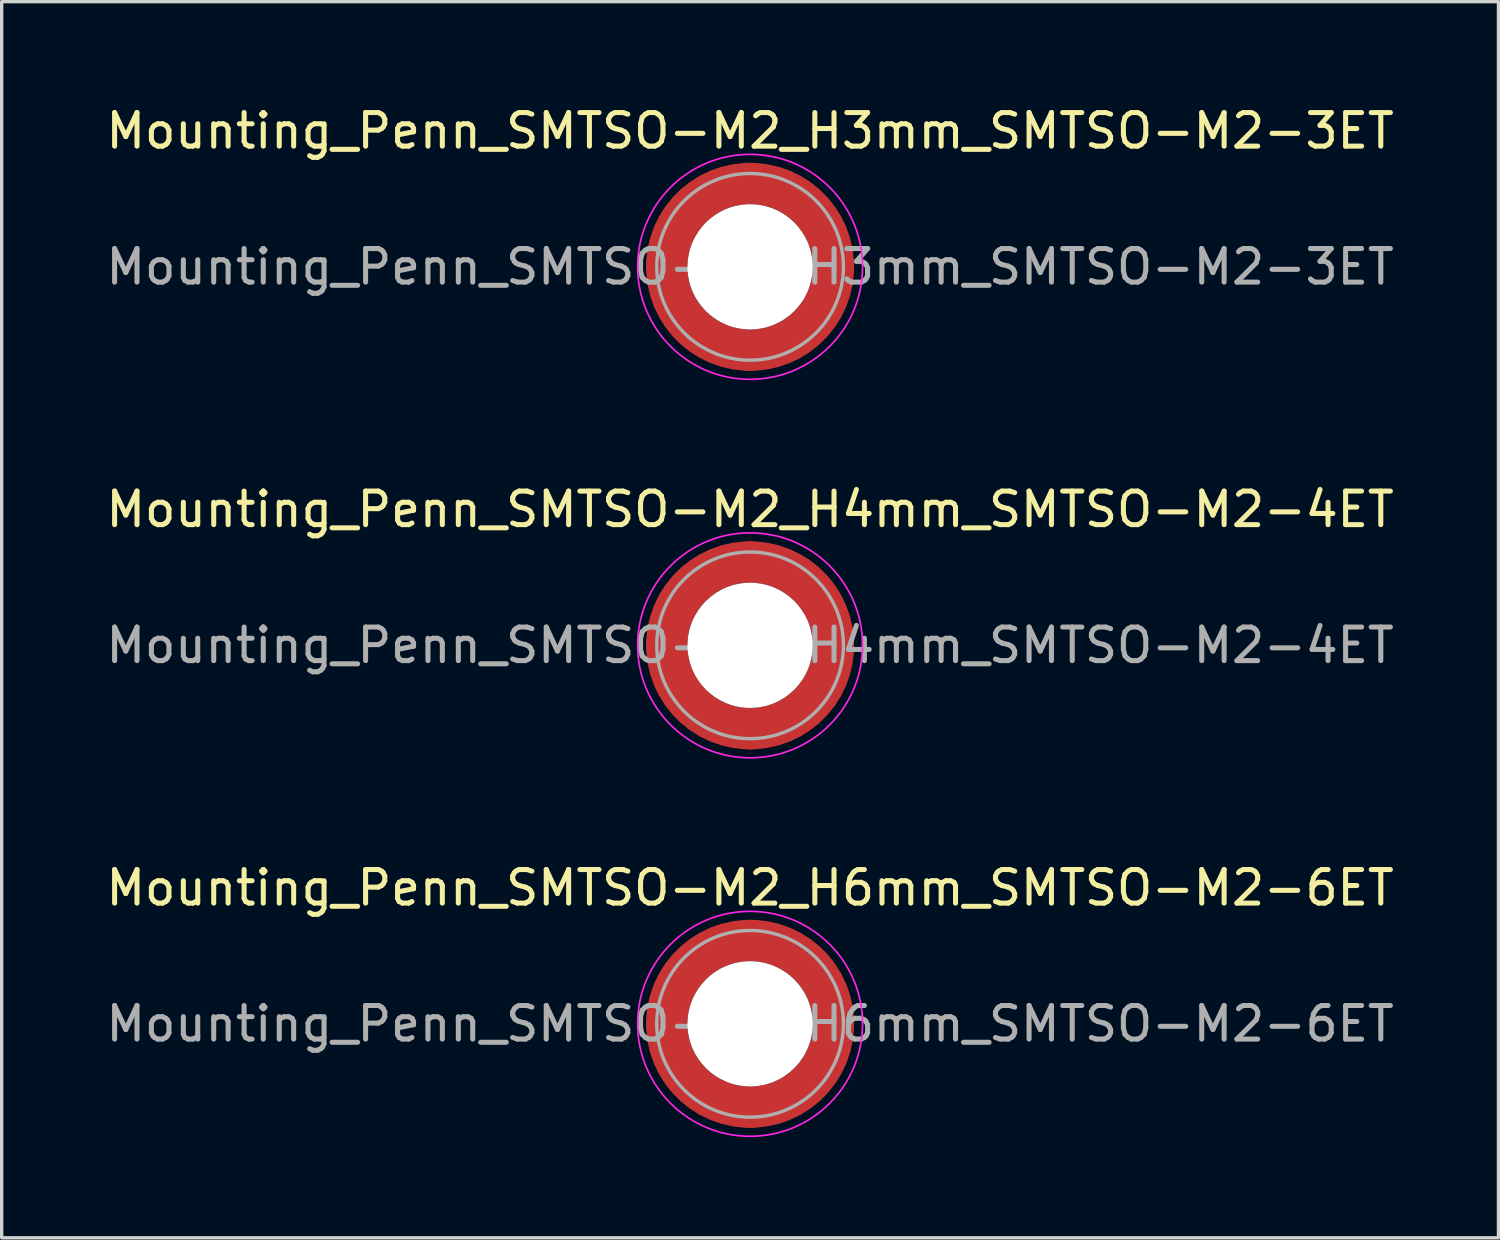
<source format=kicad_pcb>
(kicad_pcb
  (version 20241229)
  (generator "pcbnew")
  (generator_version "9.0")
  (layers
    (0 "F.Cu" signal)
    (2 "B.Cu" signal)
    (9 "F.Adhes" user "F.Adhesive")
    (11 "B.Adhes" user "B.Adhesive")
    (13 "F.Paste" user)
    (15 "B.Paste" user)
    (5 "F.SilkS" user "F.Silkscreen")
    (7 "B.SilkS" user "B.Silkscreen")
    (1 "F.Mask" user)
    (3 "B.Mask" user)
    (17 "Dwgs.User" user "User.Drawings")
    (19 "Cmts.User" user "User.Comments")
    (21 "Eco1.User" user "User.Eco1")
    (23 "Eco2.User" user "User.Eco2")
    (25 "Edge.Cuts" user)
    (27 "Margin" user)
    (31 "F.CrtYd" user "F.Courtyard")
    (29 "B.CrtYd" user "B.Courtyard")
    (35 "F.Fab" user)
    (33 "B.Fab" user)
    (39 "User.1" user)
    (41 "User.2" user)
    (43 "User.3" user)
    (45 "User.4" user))
  (footprint "Mounting_Penn_SMTSO-M2_H4mm_SMTSO-M2-4ET"
    (layer "F.Cu")
    (at 19.292 16.172)
    (property "Reference" "Mounting_Penn_SMTSO-M2_H4mm_SMTSO-M2-4ET" (at 0 -4.05 0) (layer "F.SilkS") (effects (font (size 1 1) (thickness 0.15))))
    (attr smd)
    (fp_circle (center 0 0) (end 3.35 0) (stroke (width 0.05) (type solid)) (fill no) (layer "F.CrtYd"))
    (fp_circle (center 0 0) (end 2.78 0) (stroke (width 0.1) (type solid)) (fill no) (layer "F.Fab"))
    (fp_text user "${REFERENCE}" (at 0 0 0) (layer "F.Fab") (effects (font (size 1 1) (thickness 0.15))))
    (pad "" smd custom (at -1.755 -1.755) (size 0.517 0.517) (layers "F.Paste") (options (anchor circle)) (primitives (gr_arc (start -0.287699 1.455393) (mid 0.295218 0.295218) (end 1.455393 -0.287699) (width 0.2)) (gr_arc (start -0.381429 1.455393) (mid 0.229613 0.229613) (end 1.455393 -0.381429) (width 0.2)) (gr_arc (start -0.475078 1.455393) (mid 0.16401 0.16401) (end 1.455393 -0.475078) (width 0.2)) (gr_arc (start -0.568658 1.455393) (mid 0.098406 0.098406) (end 1.455393 -0.568658) (width 0.2)) (gr_arc (start -0.662176 1.455393) (mid 0.032802 0.032802) (end 1.455393 -0.662176) (width 0.2)) (gr_arc (start -0.755639 1.455393) (mid -0.032802 -0.032802) (end 1.455393 -0.755639) (width 0.2)) (gr_arc (start -0.849053 1.455393) (mid -0.098406 -0.098406) (end 1.455393 -0.849053) (width 0.2)) (gr_arc (start -0.942423 1.455393) (mid -0.164009 -0.164009) (end 1.455393 -0.942423) (width 0.2)) (gr_arc (start -1.035754 1.455393) (mid -0.229613 -0.229613) (end 1.455393 -1.035754) (width 0.2)) (gr_arc (start -1.129048 1.455393) (mid -0.295217 -0.295217) (end 1.455393 -1.129048) (width 0.2)) (gr_arc (start -1.129048 1.455393) (mid -0.295217 -0.295217) (end 1.455393 -1.129048) (width 0.2)) (gr_line (start 1.455 -0.288) (end 1.455 -1.129) (width 0.2)) (gr_line (start -0.288 1.455) (end -1.129 1.455) (width 0.2))))
    (pad "" smd custom (at -1.755 1.755) (size 0.517 0.517) (layers "F.Paste") (options (anchor circle)) (primitives (gr_arc (start 1.455393 0.287699) (mid 0.295218 -0.295218) (end -0.287699 -1.455393) (width 0.2)) (gr_arc (start 1.455393 0.381429) (mid 0.229613 -0.229613) (end -0.381429 -1.455393) (width 0.2)) (gr_arc (start 1.455393 0.475078) (mid 0.16401 -0.16401) (end -0.475078 -1.455393) (width 0.2)) (gr_arc (start 1.455393 0.568658) (mid 0.098406 -0.098406) (end -0.568658 -1.455393) (width 0.2)) (gr_arc (start 1.455393 0.662176) (mid 0.032802 -0.032802) (end -0.662176 -1.455393) (width 0.2)) (gr_arc (start 1.455393 0.755639) (mid -0.032802 0.032802) (end -0.755639 -1.455393) (width 0.2)) (gr_arc (start 1.455393 0.849053) (mid -0.098406 0.098406) (end -0.849053 -1.455393) (width 0.2)) (gr_arc (start 1.455393 0.942423) (mid -0.164009 0.164009) (end -0.942423 -1.455393) (width 0.2)) (gr_arc (start 1.455393 1.035754) (mid -0.229613 0.229613) (end -1.035754 -1.455393) (width 0.2)) (gr_arc (start 1.455393 1.129048) (mid -0.295217 0.295217) (end -1.129048 -1.455393) (width 0.2)) (gr_arc (start 1.455393 1.129048) (mid -0.295217 0.295217) (end -1.129048 -1.455393) (width 0.2)) (gr_line (start -0.288 -1.455) (end -1.129 -1.455) (width 0.2)) (gr_line (start 1.455 0.288) (end 1.455 1.129) (width 0.2))))
    (pad "" np_thru_hole circle (at 0 0) (size 3.73 3.73) (drill 3.73) (layers "*.Cu" "*.Mask"))
    (pad "" smd custom (at 1.755 -1.755) (size 0.517 0.517) (layers "F.Paste") (options (anchor circle)) (primitives (gr_arc (start -1.455393 -0.287699) (mid -0.295218 0.295218) (end 0.287699 1.455393) (width 0.2)) (gr_arc (start -1.455393 -0.381429) (mid -0.229613 0.229613) (end 0.381429 1.455393) (width 0.2)) (gr_arc (start -1.455393 -0.475078) (mid -0.16401 0.16401) (end 0.475078 1.455393) (width 0.2)) (gr_arc (start -1.455393 -0.568658) (mid -0.098406 0.098406) (end 0.568658 1.455393) (width 0.2)) (gr_arc (start -1.455393 -0.662176) (mid -0.032802 0.032802) (end 0.662176 1.455393) (width 0.2)) (gr_arc (start -1.455393 -0.755639) (mid 0.032802 -0.032802) (end 0.755639 1.455393) (width 0.2)) (gr_arc (start -1.455393 -0.849053) (mid 0.098406 -0.098406) (end 0.849053 1.455393) (width 0.2)) (gr_arc (start -1.455393 -0.942423) (mid 0.164009 -0.164009) (end 0.942423 1.455393) (width 0.2)) (gr_arc (start -1.455393 -1.035754) (mid 0.229613 -0.229613) (end 1.035754 1.455393) (width 0.2)) (gr_arc (start -1.455393 -1.129048) (mid 0.295217 -0.295217) (end 1.129048 1.455393) (width 0.2)) (gr_arc (start -1.455393 -1.129048) (mid 0.295217 -0.295217) (end 1.129048 1.455393) (width 0.2)) (gr_line (start 0.288 1.455) (end 1.129 1.455) (width 0.2)) (gr_line (start -1.455 -0.288) (end -1.455 -1.129) (width 0.2))))
    (pad "" smd custom (at 1.755 1.755) (size 0.517 0.517) (layers "F.Paste") (options (anchor circle)) (primitives (gr_arc (start 0.287699 -1.455393) (mid -0.295218 -0.295218) (end -1.455393 0.287699) (width 0.2)) (gr_arc (start 0.381429 -1.455393) (mid -0.229613 -0.229613) (end -1.455393 0.381429) (width 0.2)) (gr_arc (start 0.475078 -1.455393) (mid -0.16401 -0.16401) (end -1.455393 0.475078) (width 0.2)) (gr_arc (start 0.568658 -1.455393) (mid -0.098406 -0.098406) (end -1.455393 0.568658) (width 0.2)) (gr_arc (start 0.662176 -1.455393) (mid -0.032802 -0.032802) (end -1.455393 0.662176) (width 0.2)) (gr_arc (start 0.755639 -1.455393) (mid 0.032802 0.032802) (end -1.455393 0.755639) (width 0.2)) (gr_arc (start 0.849053 -1.455393) (mid 0.098406 0.098406) (end -1.455393 0.849053) (width 0.2)) (gr_arc (start 0.942423 -1.455393) (mid 0.164009 0.164009) (end -1.455393 0.942423) (width 0.2)) (gr_arc (start 1.035754 -1.455393) (mid 0.229613 0.229613) (end -1.455393 1.035754) (width 0.2)) (gr_arc (start 1.129048 -1.455393) (mid 0.295217 0.295217) (end -1.455393 1.129048) (width 0.2)) (gr_arc (start 1.129048 -1.455393) (mid 0.295217 0.295217) (end -1.455393 1.129048) (width 0.2)) (gr_line (start -1.455 0.288) (end -1.455 1.129) (width 0.2)) (gr_line (start 0.288 -1.455) (end 1.129 -1.455) (width 0.2))))
    (pad "1" smd circle (at -2.482 0) (size 1.235 1.235) (layers "F.Cu"))
    (pad "1" smd circle (at 0 -2.482) (size 1.235 1.235) (layers "F.Cu"))
    (pad "1" smd circle (at 0 2.482) (size 1.235 1.235) (layers "F.Cu"))
    (pad "1" smd custom (at 2.482 0) (size 1.235 1.235) (layers "F.Cu" "F.Mask") (options (anchor circle)) (primitives (gr_circle (center -2.482 0) (end 0 0) (width 1.235) (fill no)))))
  (footprint "Mounting_Penn_SMTSO-M2_H3mm_SMTSO-M2-3ET"
    (layer "F.Cu")
    (at 19.292 4.898)
    (property "Reference" "Mounting_Penn_SMTSO-M2_H3mm_SMTSO-M2-3ET" (at 0 -4.05 0) (layer "F.SilkS") (effects (font (size 1 1) (thickness 0.15))))
    (attr smd)
    (fp_circle (center 0 0) (end 3.35 0) (stroke (width 0.05) (type solid)) (fill no) (layer "F.CrtYd"))
    (fp_circle (center 0 0) (end 2.78 0) (stroke (width 0.1) (type solid)) (fill no) (layer "F.Fab"))
    (fp_text user "${REFERENCE}" (at 0 0 0) (layer "F.Fab") (effects (font (size 1 1) (thickness 0.15))))
    (pad "" smd custom (at -1.755 -1.755) (size 0.517 0.517) (layers "F.Paste") (options (anchor circle)) (primitives (gr_arc (start -0.287699 1.455393) (mid 0.295218 0.295218) (end 1.455393 -0.287699) (width 0.2)) (gr_arc (start -0.381429 1.455393) (mid 0.229613 0.229613) (end 1.455393 -0.381429) (width 0.2)) (gr_arc (start -0.475078 1.455393) (mid 0.16401 0.16401) (end 1.455393 -0.475078) (width 0.2)) (gr_arc (start -0.568658 1.455393) (mid 0.098406 0.098406) (end 1.455393 -0.568658) (width 0.2)) (gr_arc (start -0.662176 1.455393) (mid 0.032802 0.032802) (end 1.455393 -0.662176) (width 0.2)) (gr_arc (start -0.755639 1.455393) (mid -0.032802 -0.032802) (end 1.455393 -0.755639) (width 0.2)) (gr_arc (start -0.849053 1.455393) (mid -0.098406 -0.098406) (end 1.455393 -0.849053) (width 0.2)) (gr_arc (start -0.942423 1.455393) (mid -0.164009 -0.164009) (end 1.455393 -0.942423) (width 0.2)) (gr_arc (start -1.035754 1.455393) (mid -0.229613 -0.229613) (end 1.455393 -1.035754) (width 0.2)) (gr_arc (start -1.129048 1.455393) (mid -0.295217 -0.295217) (end 1.455393 -1.129048) (width 0.2)) (gr_arc (start -1.129048 1.455393) (mid -0.295217 -0.295217) (end 1.455393 -1.129048) (width 0.2)) (gr_line (start 1.455 -0.288) (end 1.455 -1.129) (width 0.2)) (gr_line (start -0.288 1.455) (end -1.129 1.455) (width 0.2))))
    (pad "" smd custom (at -1.755 1.755) (size 0.517 0.517) (layers "F.Paste") (options (anchor circle)) (primitives (gr_arc (start 1.455393 0.287699) (mid 0.295218 -0.295218) (end -0.287699 -1.455393) (width 0.2)) (gr_arc (start 1.455393 0.381429) (mid 0.229613 -0.229613) (end -0.381429 -1.455393) (width 0.2)) (gr_arc (start 1.455393 0.475078) (mid 0.16401 -0.16401) (end -0.475078 -1.455393) (width 0.2)) (gr_arc (start 1.455393 0.568658) (mid 0.098406 -0.098406) (end -0.568658 -1.455393) (width 0.2)) (gr_arc (start 1.455393 0.662176) (mid 0.032802 -0.032802) (end -0.662176 -1.455393) (width 0.2)) (gr_arc (start 1.455393 0.755639) (mid -0.032802 0.032802) (end -0.755639 -1.455393) (width 0.2)) (gr_arc (start 1.455393 0.849053) (mid -0.098406 0.098406) (end -0.849053 -1.455393) (width 0.2)) (gr_arc (start 1.455393 0.942423) (mid -0.164009 0.164009) (end -0.942423 -1.455393) (width 0.2)) (gr_arc (start 1.455393 1.035754) (mid -0.229613 0.229613) (end -1.035754 -1.455393) (width 0.2)) (gr_arc (start 1.455393 1.129048) (mid -0.295217 0.295217) (end -1.129048 -1.455393) (width 0.2)) (gr_arc (start 1.455393 1.129048) (mid -0.295217 0.295217) (end -1.129048 -1.455393) (width 0.2)) (gr_line (start -0.288 -1.455) (end -1.129 -1.455) (width 0.2)) (gr_line (start 1.455 0.288) (end 1.455 1.129) (width 0.2))))
    (pad "" np_thru_hole circle (at 0 0) (size 3.73 3.73) (drill 3.73) (layers "*.Cu" "*.Mask"))
    (pad "" smd custom (at 1.755 -1.755) (size 0.517 0.517) (layers "F.Paste") (options (anchor circle)) (primitives (gr_arc (start -1.455393 -0.287699) (mid -0.295218 0.295218) (end 0.287699 1.455393) (width 0.2)) (gr_arc (start -1.455393 -0.381429) (mid -0.229613 0.229613) (end 0.381429 1.455393) (width 0.2)) (gr_arc (start -1.455393 -0.475078) (mid -0.16401 0.16401) (end 0.475078 1.455393) (width 0.2)) (gr_arc (start -1.455393 -0.568658) (mid -0.098406 0.098406) (end 0.568658 1.455393) (width 0.2)) (gr_arc (start -1.455393 -0.662176) (mid -0.032802 0.032802) (end 0.662176 1.455393) (width 0.2)) (gr_arc (start -1.455393 -0.755639) (mid 0.032802 -0.032802) (end 0.755639 1.455393) (width 0.2)) (gr_arc (start -1.455393 -0.849053) (mid 0.098406 -0.098406) (end 0.849053 1.455393) (width 0.2)) (gr_arc (start -1.455393 -0.942423) (mid 0.164009 -0.164009) (end 0.942423 1.455393) (width 0.2)) (gr_arc (start -1.455393 -1.035754) (mid 0.229613 -0.229613) (end 1.035754 1.455393) (width 0.2)) (gr_arc (start -1.455393 -1.129048) (mid 0.295217 -0.295217) (end 1.129048 1.455393) (width 0.2)) (gr_arc (start -1.455393 -1.129048) (mid 0.295217 -0.295217) (end 1.129048 1.455393) (width 0.2)) (gr_line (start 0.288 1.455) (end 1.129 1.455) (width 0.2)) (gr_line (start -1.455 -0.288) (end -1.455 -1.129) (width 0.2))))
    (pad "" smd custom (at 1.755 1.755) (size 0.517 0.517) (layers "F.Paste") (options (anchor circle)) (primitives (gr_arc (start 0.287699 -1.455393) (mid -0.295218 -0.295218) (end -1.455393 0.287699) (width 0.2)) (gr_arc (start 0.381429 -1.455393) (mid -0.229613 -0.229613) (end -1.455393 0.381429) (width 0.2)) (gr_arc (start 0.475078 -1.455393) (mid -0.16401 -0.16401) (end -1.455393 0.475078) (width 0.2)) (gr_arc (start 0.568658 -1.455393) (mid -0.098406 -0.098406) (end -1.455393 0.568658) (width 0.2)) (gr_arc (start 0.662176 -1.455393) (mid -0.032802 -0.032802) (end -1.455393 0.662176) (width 0.2)) (gr_arc (start 0.755639 -1.455393) (mid 0.032802 0.032802) (end -1.455393 0.755639) (width 0.2)) (gr_arc (start 0.849053 -1.455393) (mid 0.098406 0.098406) (end -1.455393 0.849053) (width 0.2)) (gr_arc (start 0.942423 -1.455393) (mid 0.164009 0.164009) (end -1.455393 0.942423) (width 0.2)) (gr_arc (start 1.035754 -1.455393) (mid 0.229613 0.229613) (end -1.455393 1.035754) (width 0.2)) (gr_arc (start 1.129048 -1.455393) (mid 0.295217 0.295217) (end -1.455393 1.129048) (width 0.2)) (gr_arc (start 1.129048 -1.455393) (mid 0.295217 0.295217) (end -1.455393 1.129048) (width 0.2)) (gr_line (start -1.455 0.288) (end -1.455 1.129) (width 0.2)) (gr_line (start 0.288 -1.455) (end 1.129 -1.455) (width 0.2))))
    (pad "1" smd circle (at -2.482 0) (size 1.235 1.235) (layers "F.Cu"))
    (pad "1" smd circle (at 0 -2.482) (size 1.235 1.235) (layers "F.Cu"))
    (pad "1" smd circle (at 0 2.482) (size 1.235 1.235) (layers "F.Cu"))
    (pad "1" smd custom (at 2.482 0) (size 1.235 1.235) (layers "F.Cu" "F.Mask") (options (anchor circle)) (primitives (gr_circle (center -2.482 0) (end 0 0) (width 1.235) (fill no)))))
  (footprint "Mounting_Penn_SMTSO-M2_H6mm_SMTSO-M2-6ET"
    (layer "F.Cu")
    (at 19.292 27.445)
    (property "Reference" "Mounting_Penn_SMTSO-M2_H6mm_SMTSO-M2-6ET" (at 0 -4.05 0) (layer "F.SilkS") (effects (font (size 1 1) (thickness 0.15))))
    (attr smd)
    (fp_circle (center 0 0) (end 3.35 0) (stroke (width 0.05) (type solid)) (fill no) (layer "F.CrtYd"))
    (fp_circle (center 0 0) (end 2.78 0) (stroke (width 0.1) (type solid)) (fill no) (layer "F.Fab"))
    (fp_text user "${REFERENCE}" (at 0 0 0) (layer "F.Fab") (effects (font (size 1 1) (thickness 0.15))))
    (pad "" smd custom (at -1.755 -1.755) (size 0.517 0.517) (layers "F.Paste") (options (anchor circle)) (primitives (gr_arc (start -0.287699 1.455393) (mid 0.295218 0.295218) (end 1.455393 -0.287699) (width 0.2)) (gr_arc (start -0.381429 1.455393) (mid 0.229613 0.229613) (end 1.455393 -0.381429) (width 0.2)) (gr_arc (start -0.475078 1.455393) (mid 0.16401 0.16401) (end 1.455393 -0.475078) (width 0.2)) (gr_arc (start -0.568658 1.455393) (mid 0.098406 0.098406) (end 1.455393 -0.568658) (width 0.2)) (gr_arc (start -0.662176 1.455393) (mid 0.032802 0.032802) (end 1.455393 -0.662176) (width 0.2)) (gr_arc (start -0.755639 1.455393) (mid -0.032802 -0.032802) (end 1.455393 -0.755639) (width 0.2)) (gr_arc (start -0.849053 1.455393) (mid -0.098406 -0.098406) (end 1.455393 -0.849053) (width 0.2)) (gr_arc (start -0.942423 1.455393) (mid -0.164009 -0.164009) (end 1.455393 -0.942423) (width 0.2)) (gr_arc (start -1.035754 1.455393) (mid -0.229613 -0.229613) (end 1.455393 -1.035754) (width 0.2)) (gr_arc (start -1.129048 1.455393) (mid -0.295217 -0.295217) (end 1.455393 -1.129048) (width 0.2)) (gr_arc (start -1.129048 1.455393) (mid -0.295217 -0.295217) (end 1.455393 -1.129048) (width 0.2)) (gr_line (start 1.455 -0.288) (end 1.455 -1.129) (width 0.2)) (gr_line (start -0.288 1.455) (end -1.129 1.455) (width 0.2))))
    (pad "" smd custom (at -1.755 1.755) (size 0.517 0.517) (layers "F.Paste") (options (anchor circle)) (primitives (gr_arc (start 1.455393 0.287699) (mid 0.295218 -0.295218) (end -0.287699 -1.455393) (width 0.2)) (gr_arc (start 1.455393 0.381429) (mid 0.229613 -0.229613) (end -0.381429 -1.455393) (width 0.2)) (gr_arc (start 1.455393 0.475078) (mid 0.16401 -0.16401) (end -0.475078 -1.455393) (width 0.2)) (gr_arc (start 1.455393 0.568658) (mid 0.098406 -0.098406) (end -0.568658 -1.455393) (width 0.2)) (gr_arc (start 1.455393 0.662176) (mid 0.032802 -0.032802) (end -0.662176 -1.455393) (width 0.2)) (gr_arc (start 1.455393 0.755639) (mid -0.032802 0.032802) (end -0.755639 -1.455393) (width 0.2)) (gr_arc (start 1.455393 0.849053) (mid -0.098406 0.098406) (end -0.849053 -1.455393) (width 0.2)) (gr_arc (start 1.455393 0.942423) (mid -0.164009 0.164009) (end -0.942423 -1.455393) (width 0.2)) (gr_arc (start 1.455393 1.035754) (mid -0.229613 0.229613) (end -1.035754 -1.455393) (width 0.2)) (gr_arc (start 1.455393 1.129048) (mid -0.295217 0.295217) (end -1.129048 -1.455393) (width 0.2)) (gr_arc (start 1.455393 1.129048) (mid -0.295217 0.295217) (end -1.129048 -1.455393) (width 0.2)) (gr_line (start -0.288 -1.455) (end -1.129 -1.455) (width 0.2)) (gr_line (start 1.455 0.288) (end 1.455 1.129) (width 0.2))))
    (pad "" np_thru_hole circle (at 0 0) (size 3.73 3.73) (drill 3.73) (layers "*.Cu" "*.Mask"))
    (pad "" smd custom (at 1.755 -1.755) (size 0.517 0.517) (layers "F.Paste") (options (anchor circle)) (primitives (gr_arc (start -1.455393 -0.287699) (mid -0.295218 0.295218) (end 0.287699 1.455393) (width 0.2)) (gr_arc (start -1.455393 -0.381429) (mid -0.229613 0.229613) (end 0.381429 1.455393) (width 0.2)) (gr_arc (start -1.455393 -0.475078) (mid -0.16401 0.16401) (end 0.475078 1.455393) (width 0.2)) (gr_arc (start -1.455393 -0.568658) (mid -0.098406 0.098406) (end 0.568658 1.455393) (width 0.2)) (gr_arc (start -1.455393 -0.662176) (mid -0.032802 0.032802) (end 0.662176 1.455393) (width 0.2)) (gr_arc (start -1.455393 -0.755639) (mid 0.032802 -0.032802) (end 0.755639 1.455393) (width 0.2)) (gr_arc (start -1.455393 -0.849053) (mid 0.098406 -0.098406) (end 0.849053 1.455393) (width 0.2)) (gr_arc (start -1.455393 -0.942423) (mid 0.164009 -0.164009) (end 0.942423 1.455393) (width 0.2)) (gr_arc (start -1.455393 -1.035754) (mid 0.229613 -0.229613) (end 1.035754 1.455393) (width 0.2)) (gr_arc (start -1.455393 -1.129048) (mid 0.295217 -0.295217) (end 1.129048 1.455393) (width 0.2)) (gr_arc (start -1.455393 -1.129048) (mid 0.295217 -0.295217) (end 1.129048 1.455393) (width 0.2)) (gr_line (start 0.288 1.455) (end 1.129 1.455) (width 0.2)) (gr_line (start -1.455 -0.288) (end -1.455 -1.129) (width 0.2))))
    (pad "" smd custom (at 1.755 1.755) (size 0.517 0.517) (layers "F.Paste") (options (anchor circle)) (primitives (gr_arc (start 0.287699 -1.455393) (mid -0.295218 -0.295218) (end -1.455393 0.287699) (width 0.2)) (gr_arc (start 0.381429 -1.455393) (mid -0.229613 -0.229613) (end -1.455393 0.381429) (width 0.2)) (gr_arc (start 0.475078 -1.455393) (mid -0.16401 -0.16401) (end -1.455393 0.475078) (width 0.2)) (gr_arc (start 0.568658 -1.455393) (mid -0.098406 -0.098406) (end -1.455393 0.568658) (width 0.2)) (gr_arc (start 0.662176 -1.455393) (mid -0.032802 -0.032802) (end -1.455393 0.662176) (width 0.2)) (gr_arc (start 0.755639 -1.455393) (mid 0.032802 0.032802) (end -1.455393 0.755639) (width 0.2)) (gr_arc (start 0.849053 -1.455393) (mid 0.098406 0.098406) (end -1.455393 0.849053) (width 0.2)) (gr_arc (start 0.942423 -1.455393) (mid 0.164009 0.164009) (end -1.455393 0.942423) (width 0.2)) (gr_arc (start 1.035754 -1.455393) (mid 0.229613 0.229613) (end -1.455393 1.035754) (width 0.2)) (gr_arc (start 1.129048 -1.455393) (mid 0.295217 0.295217) (end -1.455393 1.129048) (width 0.2)) (gr_arc (start 1.129048 -1.455393) (mid 0.295217 0.295217) (end -1.455393 1.129048) (width 0.2)) (gr_line (start -1.455 0.288) (end -1.455 1.129) (width 0.2)) (gr_line (start 0.288 -1.455) (end 1.129 -1.455) (width 0.2))))
    (pad "1" smd circle (at -2.482 0) (size 1.235 1.235) (layers "F.Cu"))
    (pad "1" smd circle (at 0 -2.482) (size 1.235 1.235) (layers "F.Cu"))
    (pad "1" smd circle (at 0 2.482) (size 1.235 1.235) (layers "F.Cu"))
    (pad "1" smd custom (at 2.482 0) (size 1.235 1.235) (layers "F.Cu" "F.Mask") (options (anchor circle)) (primitives (gr_circle (center -2.482 0) (end 0 0) (width 1.235) (fill no)))))
  (gr_rect
    (start -3 -3)
    (end 41.583 33.82)
    (stroke (width 0.1) (type default))
    (fill no)
    (layer "Edge.Cuts")))
</source>
